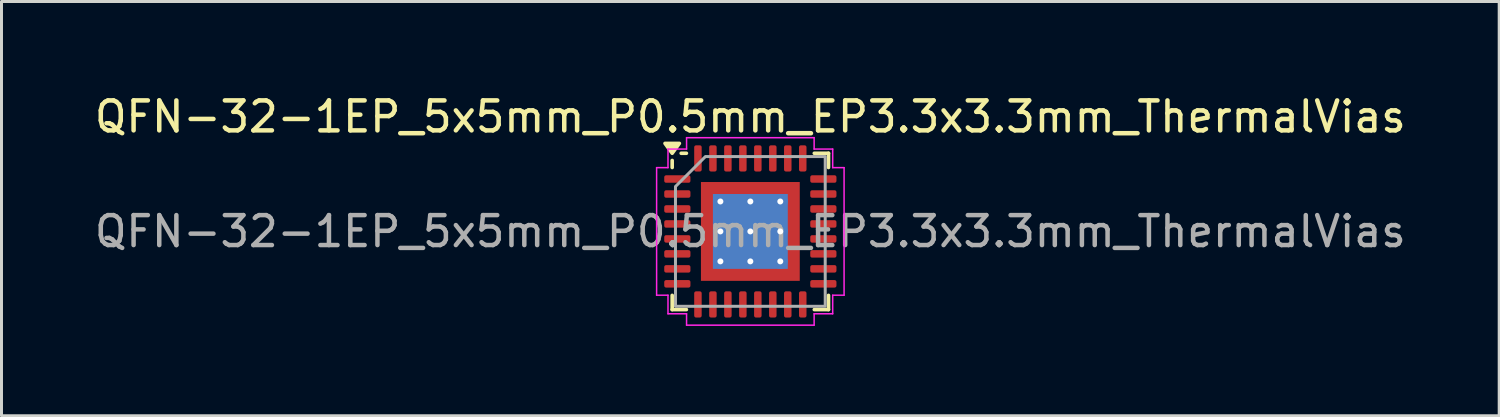
<source format=kicad_pcb>
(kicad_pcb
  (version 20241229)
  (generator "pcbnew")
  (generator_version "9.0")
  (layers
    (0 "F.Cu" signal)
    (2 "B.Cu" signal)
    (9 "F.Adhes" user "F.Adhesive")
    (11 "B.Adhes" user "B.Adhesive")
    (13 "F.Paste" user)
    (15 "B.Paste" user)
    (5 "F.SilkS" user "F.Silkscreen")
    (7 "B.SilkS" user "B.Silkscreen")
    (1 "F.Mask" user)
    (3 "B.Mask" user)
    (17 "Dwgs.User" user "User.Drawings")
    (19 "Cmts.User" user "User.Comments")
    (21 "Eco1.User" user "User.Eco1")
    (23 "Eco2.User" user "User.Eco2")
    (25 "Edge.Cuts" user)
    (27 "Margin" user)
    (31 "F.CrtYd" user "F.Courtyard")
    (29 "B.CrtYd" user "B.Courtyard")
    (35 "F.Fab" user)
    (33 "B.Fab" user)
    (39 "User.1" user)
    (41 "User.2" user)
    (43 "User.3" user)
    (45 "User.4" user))
  (footprint "QFN-32-1EP_5x5mm_P0.5mm_EP3.3x3.3mm_ThermalVias"
    (layer "F.Cu")
    (at 22.006 4.678)
    (property "Reference" "QFN-32-1EP_5x5mm_P0.5mm_EP3.3x3.3mm_ThermalVias" (at 0 -3.83 0) (layer "F.SilkS") (effects (font (size 1 1) (thickness 0.15))))
    (attr smd)
    (fp_line (start -2.61 -2.135) (end -2.61 -2.37) (stroke (width 0.12) (type solid)) (layer "F.SilkS"))
    (fp_line (start -2.61 2.61) (end -2.61 2.135) (stroke (width 0.12) (type solid)) (layer "F.SilkS"))
    (fp_line (start -2.135 -2.61) (end -2.31 -2.61) (stroke (width 0.12) (type solid)) (layer "F.SilkS"))
    (fp_line (start -2.135 2.61) (end -2.61 2.61) (stroke (width 0.12) (type solid)) (layer "F.SilkS"))
    (fp_line (start 2.135 -2.61) (end 2.61 -2.61) (stroke (width 0.12) (type solid)) (layer "F.SilkS"))
    (fp_line (start 2.135 2.61) (end 2.61 2.61) (stroke (width 0.12) (type solid)) (layer "F.SilkS"))
    (fp_line (start 2.61 -2.61) (end 2.61 -2.135) (stroke (width 0.12) (type solid)) (layer "F.SilkS"))
    (fp_line (start 2.61 2.61) (end 2.61 2.135) (stroke (width 0.12) (type solid)) (layer "F.SilkS"))
    (fp_poly (pts (xy -2.61 -2.61) (xy -2.85 -2.94) (xy -2.37 -2.94)) (stroke (width 0.12) (type solid)) (fill yes) (layer "F.SilkS"))
    (fp_line (start -3.13 -2.13) (end -2.75 -2.13) (stroke (width 0.05) (type solid)) (layer "F.CrtYd"))
    (fp_line (start -3.13 2.13) (end -3.13 -2.13) (stroke (width 0.05) (type solid)) (layer "F.CrtYd"))
    (fp_line (start -2.75 -2.75) (end -2.13 -2.75) (stroke (width 0.05) (type solid)) (layer "F.CrtYd"))
    (fp_line (start -2.75 -2.13) (end -2.75 -2.75) (stroke (width 0.05) (type solid)) (layer "F.CrtYd"))
    (fp_line (start -2.75 2.13) (end -3.13 2.13) (stroke (width 0.05) (type solid)) (layer "F.CrtYd"))
    (fp_line (start -2.75 2.75) (end -2.75 2.13) (stroke (width 0.05) (type solid)) (layer "F.CrtYd"))
    (fp_line (start -2.13 -3.13) (end 2.13 -3.13) (stroke (width 0.05) (type solid)) (layer "F.CrtYd"))
    (fp_line (start -2.13 -2.75) (end -2.13 -3.13) (stroke (width 0.05) (type solid)) (layer "F.CrtYd"))
    (fp_line (start -2.13 2.75) (end -2.75 2.75) (stroke (width 0.05) (type solid)) (layer "F.CrtYd"))
    (fp_line (start -2.13 3.13) (end -2.13 2.75) (stroke (width 0.05) (type solid)) (layer "F.CrtYd"))
    (fp_line (start 2.13 -3.13) (end 2.13 -2.75) (stroke (width 0.05) (type solid)) (layer "F.CrtYd"))
    (fp_line (start 2.13 -2.75) (end 2.75 -2.75) (stroke (width 0.05) (type solid)) (layer "F.CrtYd"))
    (fp_line (start 2.13 2.75) (end 2.13 3.13) (stroke (width 0.05) (type solid)) (layer "F.CrtYd"))
    (fp_line (start 2.13 3.13) (end -2.13 3.13) (stroke (width 0.05) (type solid)) (layer "F.CrtYd"))
    (fp_line (start 2.75 -2.75) (end 2.75 -2.13) (stroke (width 0.05) (type solid)) (layer "F.CrtYd"))
    (fp_line (start 2.75 -2.13) (end 3.13 -2.13) (stroke (width 0.05) (type solid)) (layer "F.CrtYd"))
    (fp_line (start 2.75 2.13) (end 2.75 2.75) (stroke (width 0.05) (type solid)) (layer "F.CrtYd"))
    (fp_line (start 2.75 2.75) (end 2.13 2.75) (stroke (width 0.05) (type solid)) (layer "F.CrtYd"))
    (fp_line (start 3.13 -2.13) (end 3.13 2.13) (stroke (width 0.05) (type solid)) (layer "F.CrtYd"))
    (fp_line (start 3.13 2.13) (end 2.75 2.13) (stroke (width 0.05) (type solid)) (layer "F.CrtYd"))
    (fp_poly (pts (xy -2.5 -1.5) (xy -2.5 2.5) (xy 2.5 2.5) (xy 2.5 -2.5) (xy -1.5 -2.5)) (stroke (width 0.1) (type solid)) (fill no) (layer "F.Fab"))
    (fp_text user "${REFERENCE}" (at 0 0 0) (layer "F.Fab") (effects (font (size 1 1) (thickness 0.15))))
    (pad "" smd roundrect (at -1.1 -1.1) (size 0.89 0.89) (layers "F.Paste") (roundrect_rratio 0.25))
    (pad "" smd roundrect (at -1.1 0) (size 0.89 0.89) (layers "F.Paste") (roundrect_rratio 0.25))
    (pad "" smd roundrect (at -1.1 1.1) (size 0.89 0.89) (layers "F.Paste") (roundrect_rratio 0.25))
    (pad "" smd roundrect (at 0 -1.1) (size 0.89 0.89) (layers "F.Paste") (roundrect_rratio 0.25))
    (pad "" smd roundrect (at 0 0) (size 0.89 0.89) (layers "F.Paste") (roundrect_rratio 0.25))
    (pad "" smd roundrect (at 0 1.1) (size 0.89 0.89) (layers "F.Paste") (roundrect_rratio 0.25))
    (pad "" smd roundrect (at 1.1 -1.1) (size 0.89 0.89) (layers "F.Paste") (roundrect_rratio 0.25))
    (pad "" smd roundrect (at 1.1 0) (size 0.89 0.89) (layers "F.Paste") (roundrect_rratio 0.25))
    (pad "" smd roundrect (at 1.1 1.1) (size 0.89 0.89) (layers "F.Paste") (roundrect_rratio 0.25))
    (pad "1" smd roundrect (at -2.438 -1.75) (size 0.875 0.25) (layers "F.Cu" "F.Mask" "F.Paste") (roundrect_rratio 0.25))
    (pad "2" smd roundrect (at -2.438 -1.25) (size 0.875 0.25) (layers "F.Cu" "F.Mask" "F.Paste") (roundrect_rratio 0.25))
    (pad "3" smd roundrect (at -2.438 -0.75) (size 0.875 0.25) (layers "F.Cu" "F.Mask" "F.Paste") (roundrect_rratio 0.25))
    (pad "4" smd roundrect (at -2.438 -0.25) (size 0.875 0.25) (layers "F.Cu" "F.Mask" "F.Paste") (roundrect_rratio 0.25))
    (pad "5" smd roundrect (at -2.438 0.25) (size 0.875 0.25) (layers "F.Cu" "F.Mask" "F.Paste") (roundrect_rratio 0.25))
    (pad "6" smd roundrect (at -2.438 0.75) (size 0.875 0.25) (layers "F.Cu" "F.Mask" "F.Paste") (roundrect_rratio 0.25))
    (pad "7" smd roundrect (at -2.438 1.25) (size 0.875 0.25) (layers "F.Cu" "F.Mask" "F.Paste") (roundrect_rratio 0.25))
    (pad "8" smd roundrect (at -2.438 1.75) (size 0.875 0.25) (layers "F.Cu" "F.Mask" "F.Paste") (roundrect_rratio 0.25))
    (pad "9" smd roundrect (at -1.75 2.438) (size 0.25 0.875) (layers "F.Cu" "F.Mask" "F.Paste") (roundrect_rratio 0.25))
    (pad "10" smd roundrect (at -1.25 2.438) (size 0.25 0.875) (layers "F.Cu" "F.Mask" "F.Paste") (roundrect_rratio 0.25))
    (pad "11" smd roundrect (at -0.75 2.438) (size 0.25 0.875) (layers "F.Cu" "F.Mask" "F.Paste") (roundrect_rratio 0.25))
    (pad "12" smd roundrect (at -0.25 2.438) (size 0.25 0.875) (layers "F.Cu" "F.Mask" "F.Paste") (roundrect_rratio 0.25))
    (pad "13" smd roundrect (at 0.25 2.438) (size 0.25 0.875) (layers "F.Cu" "F.Mask" "F.Paste") (roundrect_rratio 0.25))
    (pad "14" smd roundrect (at 0.75 2.438) (size 0.25 0.875) (layers "F.Cu" "F.Mask" "F.Paste") (roundrect_rratio 0.25))
    (pad "15" smd roundrect (at 1.25 2.438) (size 0.25 0.875) (layers "F.Cu" "F.Mask" "F.Paste") (roundrect_rratio 0.25))
    (pad "16" smd roundrect (at 1.75 2.438) (size 0.25 0.875) (layers "F.Cu" "F.Mask" "F.Paste") (roundrect_rratio 0.25))
    (pad "17" smd roundrect (at 2.438 1.75) (size 0.875 0.25) (layers "F.Cu" "F.Mask" "F.Paste") (roundrect_rratio 0.25))
    (pad "18" smd roundrect (at 2.438 1.25) (size 0.875 0.25) (layers "F.Cu" "F.Mask" "F.Paste") (roundrect_rratio 0.25))
    (pad "19" smd roundrect (at 2.438 0.75) (size 0.875 0.25) (layers "F.Cu" "F.Mask" "F.Paste") (roundrect_rratio 0.25))
    (pad "20" smd roundrect (at 2.438 0.25) (size 0.875 0.25) (layers "F.Cu" "F.Mask" "F.Paste") (roundrect_rratio 0.25))
    (pad "21" smd roundrect (at 2.438 -0.25) (size 0.875 0.25) (layers "F.Cu" "F.Mask" "F.Paste") (roundrect_rratio 0.25))
    (pad "22" smd roundrect (at 2.438 -0.75) (size 0.875 0.25) (layers "F.Cu" "F.Mask" "F.Paste") (roundrect_rratio 0.25))
    (pad "23" smd roundrect (at 2.438 -1.25) (size 0.875 0.25) (layers "F.Cu" "F.Mask" "F.Paste") (roundrect_rratio 0.25))
    (pad "24" smd roundrect (at 2.438 -1.75) (size 0.875 0.25) (layers "F.Cu" "F.Mask" "F.Paste") (roundrect_rratio 0.25))
    (pad "25" smd roundrect (at 1.75 -2.438) (size 0.25 0.875) (layers "F.Cu" "F.Mask" "F.Paste") (roundrect_rratio 0.25))
    (pad "26" smd roundrect (at 1.25 -2.438) (size 0.25 0.875) (layers "F.Cu" "F.Mask" "F.Paste") (roundrect_rratio 0.25))
    (pad "27" smd roundrect (at 0.75 -2.438) (size 0.25 0.875) (layers "F.Cu" "F.Mask" "F.Paste") (roundrect_rratio 0.25))
    (pad "28" smd roundrect (at 0.25 -2.438) (size 0.25 0.875) (layers "F.Cu" "F.Mask" "F.Paste") (roundrect_rratio 0.25))
    (pad "29" smd roundrect (at -0.25 -2.438) (size 0.25 0.875) (layers "F.Cu" "F.Mask" "F.Paste") (roundrect_rratio 0.25))
    (pad "30" smd roundrect (at -0.75 -2.438) (size 0.25 0.875) (layers "F.Cu" "F.Mask" "F.Paste") (roundrect_rratio 0.25))
    (pad "31" smd roundrect (at -1.25 -2.438) (size 0.25 0.875) (layers "F.Cu" "F.Mask" "F.Paste") (roundrect_rratio 0.25))
    (pad "32" smd roundrect (at -1.75 -2.438) (size 0.25 0.875) (layers "F.Cu" "F.Mask" "F.Paste") (roundrect_rratio 0.25))
    (pad "33" thru_hole circle (at -1 -1) (size 0.5 0.5) (drill 0.2) (property pad_prop_heatsink) (layers "*.Cu"))
    (pad "33" thru_hole circle (at -1 0) (size 0.5 0.5) (drill 0.2) (property pad_prop_heatsink) (layers "*.Cu"))
    (pad "33" thru_hole circle (at -1 1) (size 0.5 0.5) (drill 0.2) (property pad_prop_heatsink) (layers "*.Cu"))
    (pad "33" thru_hole circle (at 0 -1) (size 0.5 0.5) (drill 0.2) (property pad_prop_heatsink) (layers "*.Cu"))
    (pad "33" thru_hole circle (at 0 0) (size 0.5 0.5) (drill 0.2) (property pad_prop_heatsink) (layers "*.Cu"))
    (pad "33" smd rect (at 0 0) (size 2.5 2.5) (property pad_prop_heatsink) (layers "B.Cu"))
    (pad "33" smd rect (at 0 0) (size 3.3 3.3) (property pad_prop_heatsink) (layers "F.Cu" "F.Mask"))
    (pad "33" thru_hole circle (at 0 1) (size 0.5 0.5) (drill 0.2) (property pad_prop_heatsink) (layers "*.Cu"))
    (pad "33" thru_hole circle (at 1 -1) (size 0.5 0.5) (drill 0.2) (property pad_prop_heatsink) (layers "*.Cu"))
    (pad "33" thru_hole circle (at 1 0) (size 0.5 0.5) (drill 0.2) (property pad_prop_heatsink) (layers "*.Cu"))
    (pad "33" thru_hole circle (at 1 1) (size 0.5 0.5) (drill 0.2) (property pad_prop_heatsink) (layers "*.Cu")))
  (gr_rect
    (start -3 -3)
    (end 47.012 10.833)
    (stroke (width 0.1) (type default))
    (fill no)
    (layer "Edge.Cuts")))
</source>
